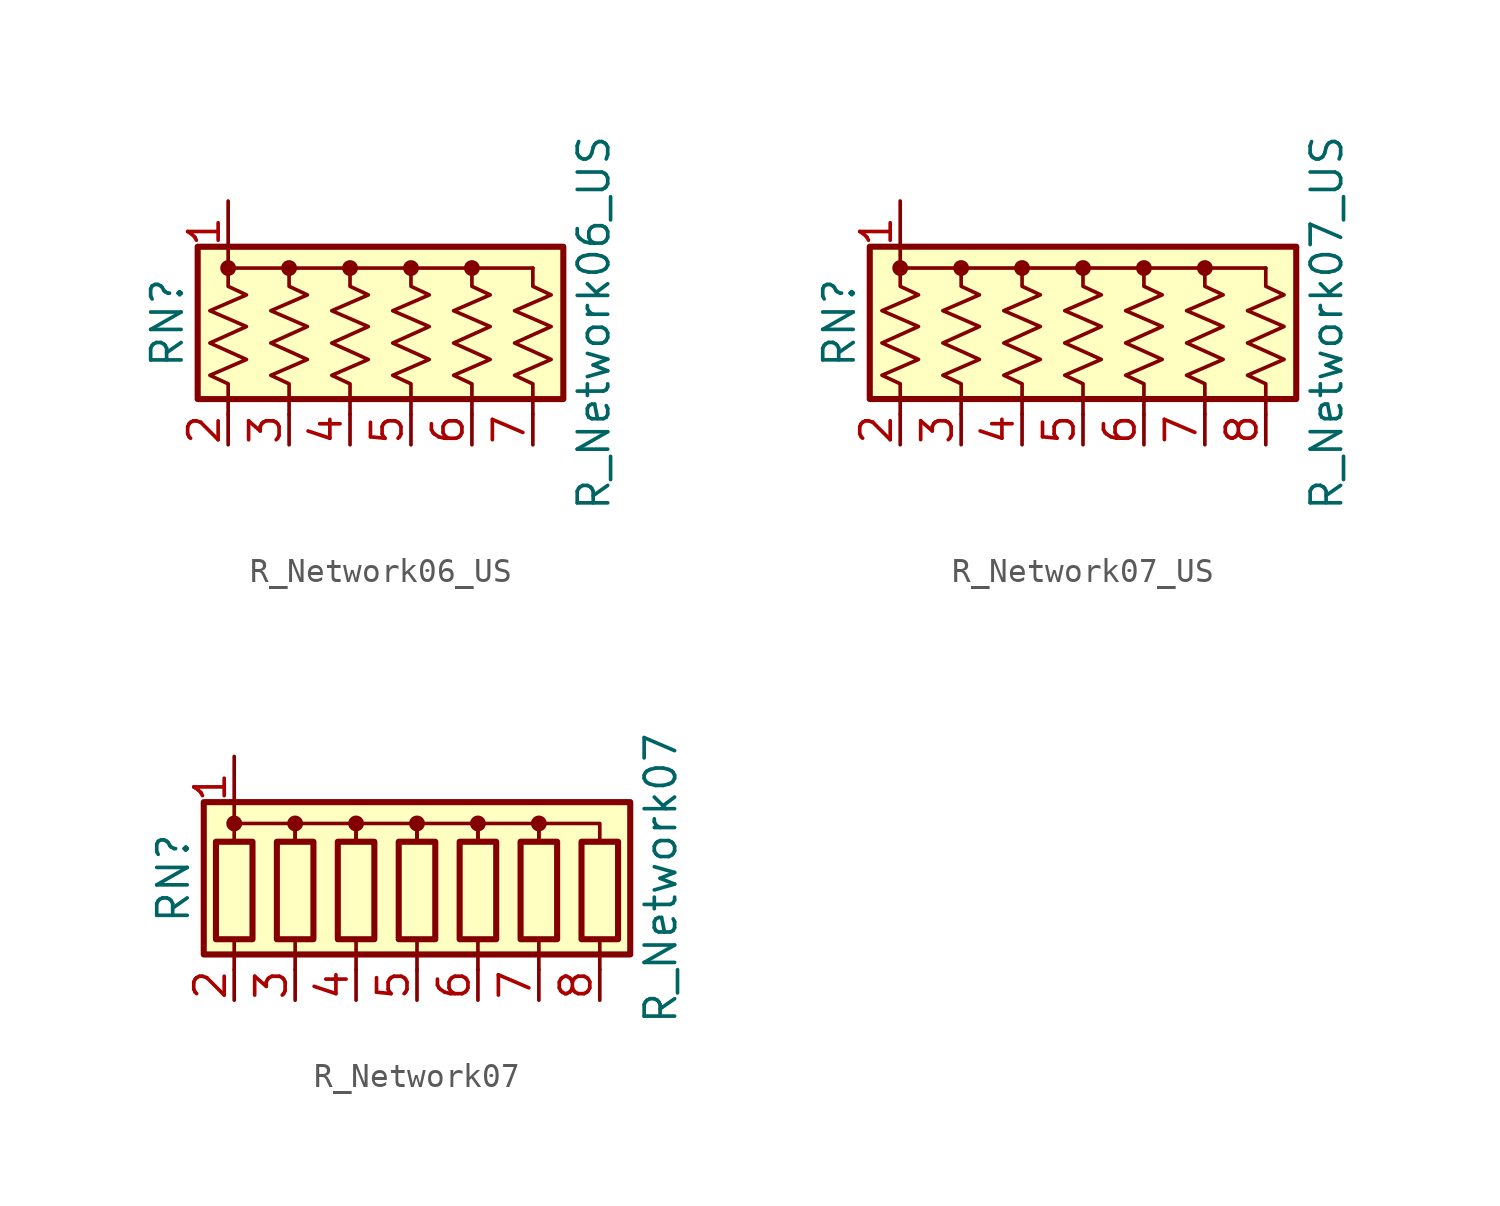
<source format=kicad_sym>
(kicad_symbol_lib
  (version 20211014)
  (generator kicad_symbol_editor)
  (symbol "R_Network06_US"
    (pin_names
      (offset 0) hide)
    (property "Reference" "RN"
      (at -10.16 0 90)
      (effects (font (size 1.27 1.27))))
    (property "Value" "R_Network06_US"
      (at 7.62 0 90)
      (effects (font (size 1.27 1.27))))
    (symbol "R_Network06_US_0_1"
      (rectangle (start -8.89 -3.175) (end 6.35 3.175) (stroke (width 0.254) (type default) (color 0 0 0 0)) (fill (type background)))
      (circle (center -7.62 2.286) (radius 0.254) (stroke (width 0) (type default) (color 0 0 0 0)) (fill (type outline)))
      (circle (center -5.08 2.286) (radius 0.254) (stroke (width 0) (type default) (color 0 0 0 0)) (fill (type outline)))
      (circle (center -2.54 2.286) (radius 0.254) (stroke (width 0) (type default) (color 0 0 0 0)) (fill (type outline)))
      (polyline (pts (xy -7.62 2.286) (xy 5.08 2.286)) (stroke (width 0) (type default) (color 0 0 0 0)) (fill (type none)))
      (polyline (pts (xy -7.62 2.286) (xy -7.62 1.524) (xy -6.858 1.168) (xy -8.382 0.508) (xy -6.858 -0.152) (xy -8.382 -0.838) (xy -6.858 -1.524) (xy -8.382 -2.184) (xy -7.62 -2.54) (xy -7.62 -3.81)) (stroke (width 0) (type default) (color 0 0 0 0)) (fill (type none)))
      (polyline (pts (xy -5.08 2.286) (xy -5.08 1.524) (xy -4.318 1.168) (xy -5.842 0.508) (xy -4.318 -0.152) (xy -5.842 -0.838) (xy -4.318 -1.524) (xy -5.842 -2.184) (xy -5.08 -2.54) (xy -5.08 -3.81)) (stroke (width 0) (type default) (color 0 0 0 0)) (fill (type none)))
      (polyline (pts (xy -2.54 2.286) (xy -2.54 1.524) (xy -1.778 1.168) (xy -3.302 0.508) (xy -1.778 -0.152) (xy -3.302 -0.838) (xy -1.778 -1.524) (xy -3.302 -2.184) (xy -2.54 -2.54) (xy -2.54 -3.81)) (stroke (width 0) (type default) (color 0 0 0 0)) (fill (type none)))
      (polyline (pts (xy 0 2.286) (xy 0 1.524) (xy 0.762 1.168) (xy -0.762 0.508) (xy 0.762 -0.152) (xy -0.762 -0.838) (xy 0.762 -1.524) (xy -0.762 -2.184) (xy 0 -2.54) (xy 0 -3.81)) (stroke (width 0) (type default) (color 0 0 0 0)) (fill (type none)))
      (polyline (pts (xy 2.54 2.286) (xy 2.54 1.524) (xy 3.302 1.168) (xy 1.778 0.508) (xy 3.302 -0.152) (xy 1.778 -0.838) (xy 3.302 -1.524) (xy 1.778 -2.184) (xy 2.54 -2.54) (xy 2.54 -3.81)) (stroke (width 0) (type default) (color 0 0 0 0)) (fill (type none)))
      (polyline (pts (xy 5.08 2.286) (xy 5.08 1.524) (xy 5.842 1.168) (xy 4.318 0.508) (xy 5.842 -0.152) (xy 4.318 -0.838) (xy 5.842 -1.524) (xy 4.318 -2.184) (xy 5.08 -2.54) (xy 5.08 -3.81)) (stroke (width 0) (type default) (color 0 0 0 0)) (fill (type none)))
      (circle (center 0 2.286) (radius 0.254) (stroke (width 0) (type default) (color 0 0 0 0)) (fill (type outline)))
      (circle (center 2.54 2.286) (radius 0.254) (stroke (width 0) (type default) (color 0 0 0 0)) (fill (type outline))))
    (symbol "R_Network06_US_1_1"
      (pin passive line (at -7.62 5.08 270) (length 2.54) (name "common" (effects (font (size 1.27 1.27)))) (number "1" (effects (font (size 1.27 1.27)))))
      (pin passive line (at -7.62 -5.08 90) (length 1.27) (name "R1" (effects (font (size 1.27 1.27)))) (number "2" (effects (font (size 1.27 1.27)))))
      (pin passive line (at -5.08 -5.08 90) (length 1.27) (name "R2" (effects (font (size 1.27 1.27)))) (number "3" (effects (font (size 1.27 1.27)))))
      (pin passive line (at -2.54 -5.08 90) (length 1.27) (name "R3" (effects (font (size 1.27 1.27)))) (number "4" (effects (font (size 1.27 1.27)))))
      (pin passive line (at 0 -5.08 90) (length 1.27) (name "R4" (effects (font (size 1.27 1.27)))) (number "5" (effects (font (size 1.27 1.27)))))
      (pin passive line (at 2.54 -5.08 90) (length 1.27) (name "R5" (effects (font (size 1.27 1.27)))) (number "6" (effects (font (size 1.27 1.27)))))
      (pin passive line (at 5.08 -5.08 90) (length 1.27) (name "R6" (effects (font (size 1.27 1.27)))) (number "7" (effects (font (size 1.27 1.27)))))))
  (symbol "R_Network07_US"
    (pin_names
      (offset 0) hide)
    (property "Reference" "RN"
      (at -10.16 0 90)
      (effects (font (size 1.27 1.27))))
    (property "Value" "R_Network07_US"
      (at 10.16 0 90)
      (effects (font (size 1.27 1.27))))
    (symbol "R_Network07_US_0_1"
      (rectangle (start -8.89 -3.175) (end 8.89 3.175) (stroke (width 0.254) (type default) (color 0 0 0 0)) (fill (type background)))
      (circle (center -7.62 2.286) (radius 0.254) (stroke (width 0) (type default) (color 0 0 0 0)) (fill (type outline)))
      (circle (center -5.08 2.286) (radius 0.254) (stroke (width 0) (type default) (color 0 0 0 0)) (fill (type outline)))
      (circle (center -2.54 2.286) (radius 0.254) (stroke (width 0) (type default) (color 0 0 0 0)) (fill (type outline)))
      (polyline (pts (xy -7.62 2.286) (xy 7.62 2.286)) (stroke (width 0) (type default) (color 0 0 0 0)) (fill (type none)))
      (polyline (pts (xy -7.62 2.286) (xy -7.62 1.524) (xy -6.858 1.168) (xy -8.382 0.508) (xy -6.858 -0.152) (xy -8.382 -0.838) (xy -6.858 -1.524) (xy -8.382 -2.184) (xy -7.62 -2.54) (xy -7.62 -3.81)) (stroke (width 0) (type default) (color 0 0 0 0)) (fill (type none)))
      (polyline (pts (xy -5.08 2.286) (xy -5.08 1.524) (xy -4.318 1.168) (xy -5.842 0.508) (xy -4.318 -0.152) (xy -5.842 -0.838) (xy -4.318 -1.524) (xy -5.842 -2.184) (xy -5.08 -2.54) (xy -5.08 -3.81)) (stroke (width 0) (type default) (color 0 0 0 0)) (fill (type none)))
      (polyline (pts (xy -2.54 2.286) (xy -2.54 1.524) (xy -1.778 1.168) (xy -3.302 0.508) (xy -1.778 -0.152) (xy -3.302 -0.838) (xy -1.778 -1.524) (xy -3.302 -2.184) (xy -2.54 -2.54) (xy -2.54 -3.81)) (stroke (width 0) (type default) (color 0 0 0 0)) (fill (type none)))
      (polyline (pts (xy 0 2.286) (xy 0 1.524) (xy 0.762 1.168) (xy -0.762 0.508) (xy 0.762 -0.152) (xy -0.762 -0.838) (xy 0.762 -1.524) (xy -0.762 -2.184) (xy 0 -2.54) (xy 0 -3.81)) (stroke (width 0) (type default) (color 0 0 0 0)) (fill (type none)))
      (polyline (pts (xy 2.54 2.286) (xy 2.54 1.524) (xy 3.302 1.168) (xy 1.778 0.508) (xy 3.302 -0.152) (xy 1.778 -0.838) (xy 3.302 -1.524) (xy 1.778 -2.184) (xy 2.54 -2.54) (xy 2.54 -3.81)) (stroke (width 0) (type default) (color 0 0 0 0)) (fill (type none)))
      (polyline (pts (xy 5.08 2.286) (xy 5.08 1.524) (xy 5.842 1.168) (xy 4.318 0.508) (xy 5.842 -0.152) (xy 4.318 -0.838) (xy 5.842 -1.524) (xy 4.318 -2.184) (xy 5.08 -2.54) (xy 5.08 -3.81)) (stroke (width 0) (type default) (color 0 0 0 0)) (fill (type none)))
      (polyline (pts (xy 7.62 2.286) (xy 7.62 1.524) (xy 8.382 1.168) (xy 6.858 0.508) (xy 8.382 -0.152) (xy 6.858 -0.838) (xy 8.382 -1.524) (xy 6.858 -2.184) (xy 7.62 -2.54) (xy 7.62 -3.81)) (stroke (width 0) (type default) (color 0 0 0 0)) (fill (type none)))
      (circle (center 0 2.286) (radius 0.254) (stroke (width 0) (type default) (color 0 0 0 0)) (fill (type outline)))
      (circle (center 2.54 2.286) (radius 0.254) (stroke (width 0) (type default) (color 0 0 0 0)) (fill (type outline)))
      (circle (center 5.08 2.286) (radius 0.254) (stroke (width 0) (type default) (color 0 0 0 0)) (fill (type outline))))
    (symbol "R_Network07_US_1_1"
      (pin passive line (at -7.62 5.08 270) (length 2.54) (name "common" (effects (font (size 1.27 1.27)))) (number "1" (effects (font (size 1.27 1.27)))))
      (pin passive line (at -7.62 -5.08 90) (length 1.27) (name "R1" (effects (font (size 1.27 1.27)))) (number "2" (effects (font (size 1.27 1.27)))))
      (pin passive line (at -5.08 -5.08 90) (length 1.27) (name "R2" (effects (font (size 1.27 1.27)))) (number "3" (effects (font (size 1.27 1.27)))))
      (pin passive line (at -2.54 -5.08 90) (length 1.27) (name "R3" (effects (font (size 1.27 1.27)))) (number "4" (effects (font (size 1.27 1.27)))))
      (pin passive line (at 0 -5.08 90) (length 1.27) (name "R4" (effects (font (size 1.27 1.27)))) (number "5" (effects (font (size 1.27 1.27)))))
      (pin passive line (at 2.54 -5.08 90) (length 1.27) (name "R5" (effects (font (size 1.27 1.27)))) (number "6" (effects (font (size 1.27 1.27)))))
      (pin passive line (at 5.08 -5.08 90) (length 1.27) (name "R6" (effects (font (size 1.27 1.27)))) (number "7" (effects (font (size 1.27 1.27)))))
      (pin passive line (at 7.62 -5.08 90) (length 1.27) (name "R7" (effects (font (size 1.27 1.27)))) (number "8" (effects (font (size 1.27 1.27)))))))
  (symbol "R_Network07"
    (pin_names
      (offset 0) hide)
    (property "Reference" "RN"
      (at -10.16 0 90)
      (effects (font (size 1.27 1.27))))
    (property "Value" "R_Network07"
      (at 10.16 0 90)
      (effects (font (size 1.27 1.27))))
    (symbol "R_Network07_0_1"
      (rectangle (start -8.89 -3.175) (end 8.89 3.175) (stroke (width 0.254) (type default) (color 0 0 0 0)) (fill (type background)))
      (rectangle (start -8.382 1.524) (end -6.858 -2.54) (stroke (width 0.254) (type default) (color 0 0 0 0)) (fill (type none)))
      (circle (center -7.62 2.286) (radius 0.254) (stroke (width 0) (type default) (color 0 0 0 0)) (fill (type outline)))
      (rectangle (start -5.842 1.524) (end -4.318 -2.54) (stroke (width 0.254) (type default) (color 0 0 0 0)) (fill (type none)))
      (circle (center -5.08 2.286) (radius 0.254) (stroke (width 0) (type default) (color 0 0 0 0)) (fill (type outline)))
      (rectangle (start -3.302 1.524) (end -1.778 -2.54) (stroke (width 0.254) (type default) (color 0 0 0 0)) (fill (type none)))
      (circle (center -2.54 2.286) (radius 0.254) (stroke (width 0) (type default) (color 0 0 0 0)) (fill (type outline)))
      (rectangle (start -0.762 1.524) (end 0.762 -2.54) (stroke (width 0.254) (type default) (color 0 0 0 0)) (fill (type none)))
      (polyline (pts (xy -7.62 -2.54) (xy -7.62 -3.81)) (stroke (width 0) (type default) (color 0 0 0 0)) (fill (type none)))
      (polyline (pts (xy -5.08 -2.54) (xy -5.08 -3.81)) (stroke (width 0) (type default) (color 0 0 0 0)) (fill (type none)))
      (polyline (pts (xy -2.54 -2.54) (xy -2.54 -3.81)) (stroke (width 0) (type default) (color 0 0 0 0)) (fill (type none)))
      (polyline (pts (xy 0 -2.54) (xy 0 -3.81)) (stroke (width 0) (type default) (color 0 0 0 0)) (fill (type none)))
      (polyline (pts (xy 2.54 -2.54) (xy 2.54 -3.81)) (stroke (width 0) (type default) (color 0 0 0 0)) (fill (type none)))
      (polyline (pts (xy 5.08 -2.54) (xy 5.08 -3.81)) (stroke (width 0) (type default) (color 0 0 0 0)) (fill (type none)))
      (polyline (pts (xy 7.62 -2.54) (xy 7.62 -3.81)) (stroke (width 0) (type default) (color 0 0 0 0)) (fill (type none)))
      (polyline (pts (xy -7.62 1.524) (xy -7.62 2.286) (xy -5.08 2.286) (xy -5.08 1.524)) (stroke (width 0) (type default) (color 0 0 0 0)) (fill (type none)))
      (polyline (pts (xy -5.08 1.524) (xy -5.08 2.286) (xy -2.54 2.286) (xy -2.54 1.524)) (stroke (width 0) (type default) (color 0 0 0 0)) (fill (type none)))
      (polyline (pts (xy -2.54 1.524) (xy -2.54 2.286) (xy 0 2.286) (xy 0 1.524)) (stroke (width 0) (type default) (color 0 0 0 0)) (fill (type none)))
      (polyline (pts (xy 0 1.524) (xy 0 2.286) (xy 2.54 2.286) (xy 2.54 1.524)) (stroke (width 0) (type default) (color 0 0 0 0)) (fill (type none)))
      (polyline (pts (xy 2.54 1.524) (xy 2.54 2.286) (xy 5.08 2.286) (xy 5.08 1.524)) (stroke (width 0) (type default) (color 0 0 0 0)) (fill (type none)))
      (polyline (pts (xy 5.08 1.524) (xy 5.08 2.286) (xy 7.62 2.286) (xy 7.62 1.524)) (stroke (width 0) (type default) (color 0 0 0 0)) (fill (type none)))
      (circle (center 0 2.286) (radius 0.254) (stroke (width 0) (type default) (color 0 0 0 0)) (fill (type outline)))
      (rectangle (start 1.778 1.524) (end 3.302 -2.54) (stroke (width 0.254) (type default) (color 0 0 0 0)) (fill (type none)))
      (circle (center 2.54 2.286) (radius 0.254) (stroke (width 0) (type default) (color 0 0 0 0)) (fill (type outline)))
      (rectangle (start 4.318 1.524) (end 5.842 -2.54) (stroke (width 0.254) (type default) (color 0 0 0 0)) (fill (type none)))
      (circle (center 5.08 2.286) (radius 0.254) (stroke (width 0) (type default) (color 0 0 0 0)) (fill (type outline)))
      (rectangle (start 6.858 1.524) (end 8.382 -2.54) (stroke (width 0.254) (type default) (color 0 0 0 0)) (fill (type none))))
    (symbol "R_Network07_1_1"
      (pin passive line (at -7.62 5.08 270) (length 2.54) (name "common" (effects (font (size 1.27 1.27)))) (number "1" (effects (font (size 1.27 1.27)))))
      (pin passive line (at -7.62 -5.08 90) (length 1.27) (name "R1" (effects (font (size 1.27 1.27)))) (number "2" (effects (font (size 1.27 1.27)))))
      (pin passive line (at -5.08 -5.08 90) (length 1.27) (name "R2" (effects (font (size 1.27 1.27)))) (number "3" (effects (font (size 1.27 1.27)))))
      (pin passive line (at -2.54 -5.08 90) (length 1.27) (name "R3" (effects (font (size 1.27 1.27)))) (number "4" (effects (font (size 1.27 1.27)))))
      (pin passive line (at 0 -5.08 90) (length 1.27) (name "R4" (effects (font (size 1.27 1.27)))) (number "5" (effects (font (size 1.27 1.27)))))
      (pin passive line (at 2.54 -5.08 90) (length 1.27) (name "R5" (effects (font (size 1.27 1.27)))) (number "6" (effects (font (size 1.27 1.27)))))
      (pin passive line (at 5.08 -5.08 90) (length 1.27) (name "R6" (effects (font (size 1.27 1.27)))) (number "7" (effects (font (size 1.27 1.27)))))
      (pin passive line (at 7.62 -5.08 90) (length 1.27) (name "R7" (effects (font (size 1.27 1.27)))) (number "8" (effects (font (size 1.27 1.27))))))))
</source>
